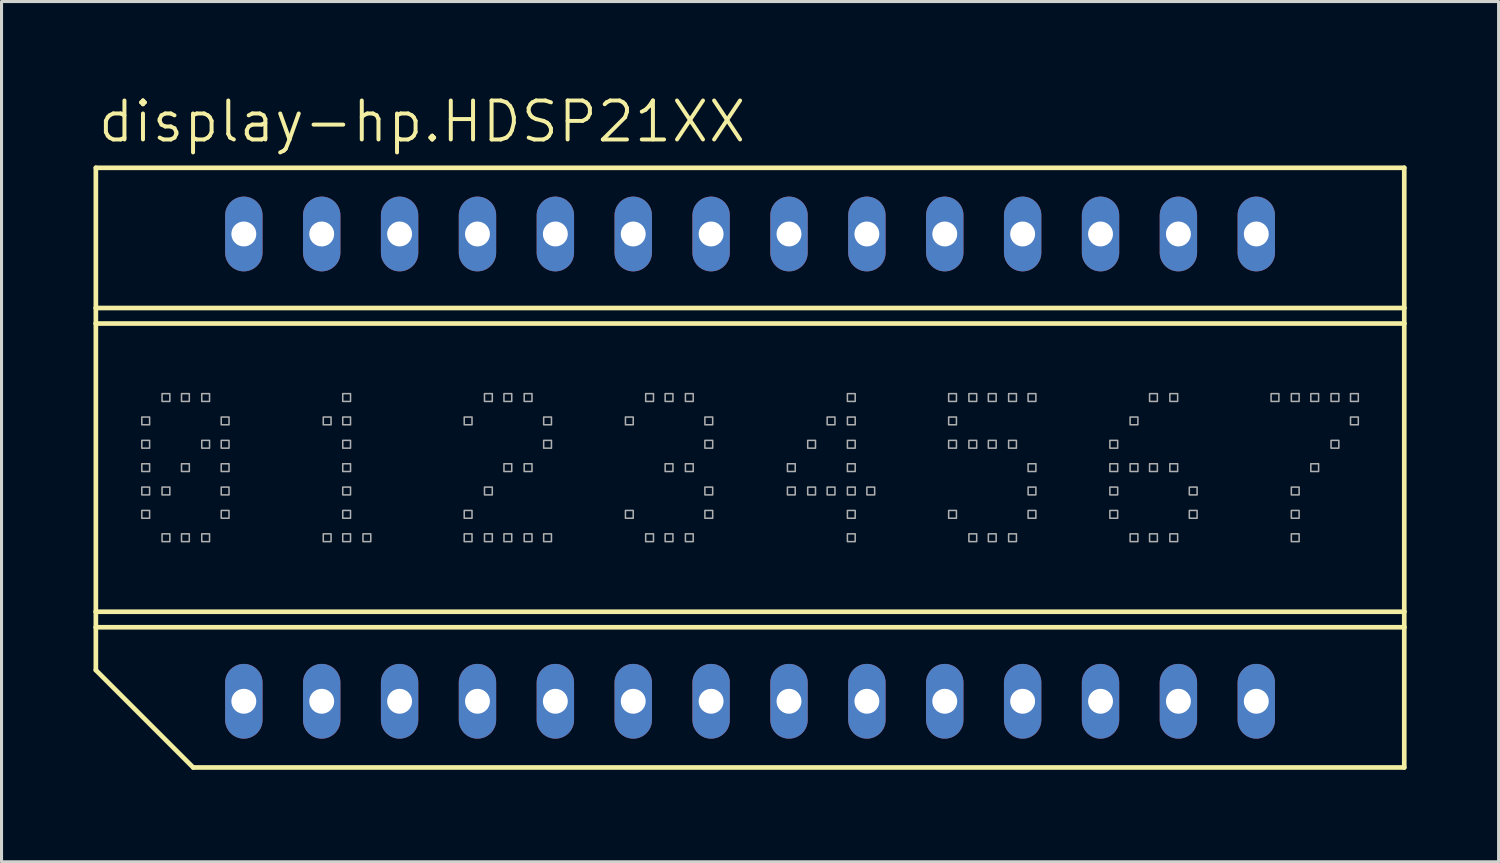
<source format=kicad_pcb>
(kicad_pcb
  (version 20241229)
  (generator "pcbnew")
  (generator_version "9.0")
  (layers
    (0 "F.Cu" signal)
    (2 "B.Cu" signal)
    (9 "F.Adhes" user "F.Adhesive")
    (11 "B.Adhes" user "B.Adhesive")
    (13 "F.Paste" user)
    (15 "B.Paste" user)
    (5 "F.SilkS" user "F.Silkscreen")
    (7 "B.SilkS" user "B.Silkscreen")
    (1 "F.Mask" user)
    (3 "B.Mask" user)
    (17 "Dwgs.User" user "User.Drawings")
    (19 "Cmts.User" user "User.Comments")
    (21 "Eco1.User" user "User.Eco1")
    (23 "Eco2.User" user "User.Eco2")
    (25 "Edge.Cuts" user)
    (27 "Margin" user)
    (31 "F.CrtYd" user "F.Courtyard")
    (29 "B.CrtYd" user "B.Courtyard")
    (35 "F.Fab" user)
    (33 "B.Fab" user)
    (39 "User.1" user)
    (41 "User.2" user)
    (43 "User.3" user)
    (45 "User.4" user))
  (footprint "display-hp.HDSP21XX"
    (layer "F.Cu")
    (at 21.412 12.201)
    (property "Reference" "display-hp.HDSP21XX" (at -21.336 -10.541 0) (layer "F.SilkS") (effects (font (size 1.27 1.27) (thickness 0.13)) (justify left bottom)))
    (attr through_hole)
    (fp_line (start -21.336 -5.207) (end -21.336 -9.779) (stroke (width 0.152) (type default)) (layer "F.SilkS"))
    (fp_line (start -21.336 -5.207) (end 21.336 -5.207) (stroke (width 0.152) (type default)) (layer "F.SilkS"))
    (fp_line (start -21.336 -4.699) (end -21.336 -5.207) (stroke (width 0.152) (type default)) (layer "F.SilkS"))
    (fp_line (start -21.336 -4.699) (end 21.336 -4.699) (stroke (width 0.152) (type default)) (layer "F.SilkS"))
    (fp_line (start -21.336 4.699) (end -21.336 -4.699) (stroke (width 0.152) (type default)) (layer "F.SilkS"))
    (fp_line (start -21.336 4.699) (end 21.336 4.699) (stroke (width 0.152) (type default)) (layer "F.SilkS"))
    (fp_line (start -21.336 5.207) (end -21.336 4.699) (stroke (width 0.152) (type default)) (layer "F.SilkS"))
    (fp_line (start -21.336 5.207) (end 21.336 5.207) (stroke (width 0.152) (type default)) (layer "F.SilkS"))
    (fp_line (start -21.336 6.604) (end -21.336 5.207) (stroke (width 0.152) (type default)) (layer "F.SilkS"))
    (fp_line (start -21.336 6.604) (end -18.161 9.779) (stroke (width 0.152) (type default)) (layer "F.SilkS"))
    (fp_line (start 21.336 -9.779) (end -21.336 -9.779) (stroke (width 0.152) (type default)) (layer "F.SilkS"))
    (fp_line (start 21.336 -5.207) (end 21.336 -9.779) (stroke (width 0.152) (type default)) (layer "F.SilkS"))
    (fp_line (start 21.336 -4.699) (end 21.336 -5.207) (stroke (width 0.152) (type default)) (layer "F.SilkS"))
    (fp_line (start 21.336 4.699) (end 21.336 -4.699) (stroke (width 0.152) (type default)) (layer "F.SilkS"))
    (fp_line (start 21.336 5.207) (end 21.336 4.699) (stroke (width 0.152) (type default)) (layer "F.SilkS"))
    (fp_line (start 21.336 9.779) (end -18.161 9.779) (stroke (width 0.152) (type default)) (layer "F.SilkS"))
    (fp_line (start 21.336 9.779) (end 21.336 5.207) (stroke (width 0.152) (type default)) (layer "F.SilkS"))
    (fp_rect (start -19.837 -1.397) (end -19.583 -1.651) (stroke (width 0.05) (type default)) (fill no) (layer "F.Fab"))
    (fp_rect (start -19.837 -0.635) (end -19.583 -0.889) (stroke (width 0.05) (type default)) (fill no) (layer "F.Fab"))
    (fp_rect (start -19.837 0.127) (end -19.583 -0.127) (stroke (width 0.05) (type default)) (fill no) (layer "F.Fab"))
    (fp_rect (start -19.837 0.889) (end -19.583 0.635) (stroke (width 0.05) (type default)) (fill no) (layer "F.Fab"))
    (fp_rect (start -19.837 1.651) (end -19.583 1.397) (stroke (width 0.05) (type default)) (fill no) (layer "F.Fab"))
    (fp_rect (start -19.177 -2.159) (end -18.923 -2.413) (stroke (width 0.05) (type default)) (fill no) (layer "F.Fab"))
    (fp_rect (start -19.177 0.889) (end -18.923 0.635) (stroke (width 0.05) (type default)) (fill no) (layer "F.Fab"))
    (fp_rect (start -19.177 2.413) (end -18.923 2.159) (stroke (width 0.05) (type default)) (fill no) (layer "F.Fab"))
    (fp_rect (start -18.542 -2.159) (end -18.288 -2.413) (stroke (width 0.05) (type default)) (fill no) (layer "F.Fab"))
    (fp_rect (start -18.542 0.127) (end -18.288 -0.127) (stroke (width 0.05) (type default)) (fill no) (layer "F.Fab"))
    (fp_rect (start -18.542 2.413) (end -18.288 2.159) (stroke (width 0.05) (type default)) (fill no) (layer "F.Fab"))
    (fp_rect (start -17.882 -2.159) (end -17.628 -2.413) (stroke (width 0.05) (type default)) (fill no) (layer "F.Fab"))
    (fp_rect (start -17.882 -0.635) (end -17.628 -0.889) (stroke (width 0.05) (type default)) (fill no) (layer "F.Fab"))
    (fp_rect (start -17.882 2.413) (end -17.628 2.159) (stroke (width 0.05) (type default)) (fill no) (layer "F.Fab"))
    (fp_rect (start -17.247 -1.397) (end -16.993 -1.651) (stroke (width 0.05) (type default)) (fill no) (layer "F.Fab"))
    (fp_rect (start -17.247 -0.635) (end -16.993 -0.889) (stroke (width 0.05) (type default)) (fill no) (layer "F.Fab"))
    (fp_rect (start -17.247 0.127) (end -16.993 -0.127) (stroke (width 0.05) (type default)) (fill no) (layer "F.Fab"))
    (fp_rect (start -17.247 0.889) (end -16.993 0.635) (stroke (width 0.05) (type default)) (fill no) (layer "F.Fab"))
    (fp_rect (start -17.247 1.651) (end -16.993 1.397) (stroke (width 0.05) (type default)) (fill no) (layer "F.Fab"))
    (fp_rect (start -13.919 -1.397) (end -13.665 -1.651) (stroke (width 0.05) (type default)) (fill no) (layer "F.Fab"))
    (fp_rect (start -13.919 2.413) (end -13.665 2.159) (stroke (width 0.05) (type default)) (fill no) (layer "F.Fab"))
    (fp_rect (start -13.284 -2.159) (end -13.03 -2.413) (stroke (width 0.05) (type default)) (fill no) (layer "F.Fab"))
    (fp_rect (start -13.284 -1.397) (end -13.03 -1.651) (stroke (width 0.05) (type default)) (fill no) (layer "F.Fab"))
    (fp_rect (start -13.284 -0.635) (end -13.03 -0.889) (stroke (width 0.05) (type default)) (fill no) (layer "F.Fab"))
    (fp_rect (start -13.284 0.127) (end -13.03 -0.127) (stroke (width 0.05) (type default)) (fill no) (layer "F.Fab"))
    (fp_rect (start -13.284 0.889) (end -13.03 0.635) (stroke (width 0.05) (type default)) (fill no) (layer "F.Fab"))
    (fp_rect (start -13.284 1.651) (end -13.03 1.397) (stroke (width 0.05) (type default)) (fill no) (layer "F.Fab"))
    (fp_rect (start -13.284 2.413) (end -13.03 2.159) (stroke (width 0.05) (type default)) (fill no) (layer "F.Fab"))
    (fp_rect (start -12.624 2.413) (end -12.37 2.159) (stroke (width 0.05) (type default)) (fill no) (layer "F.Fab"))
    (fp_rect (start -9.322 -1.397) (end -9.068 -1.651) (stroke (width 0.05) (type default)) (fill no) (layer "F.Fab"))
    (fp_rect (start -9.322 1.651) (end -9.068 1.397) (stroke (width 0.05) (type default)) (fill no) (layer "F.Fab"))
    (fp_rect (start -9.322 2.413) (end -9.068 2.159) (stroke (width 0.05) (type default)) (fill no) (layer "F.Fab"))
    (fp_rect (start -8.661 -2.159) (end -8.407 -2.413) (stroke (width 0.05) (type default)) (fill no) (layer "F.Fab"))
    (fp_rect (start -8.661 0.889) (end -8.407 0.635) (stroke (width 0.05) (type default)) (fill no) (layer "F.Fab"))
    (fp_rect (start -8.661 2.413) (end -8.407 2.159) (stroke (width 0.05) (type default)) (fill no) (layer "F.Fab"))
    (fp_rect (start -8.026 -2.159) (end -7.772 -2.413) (stroke (width 0.05) (type default)) (fill no) (layer "F.Fab"))
    (fp_rect (start -8.026 0.127) (end -7.772 -0.127) (stroke (width 0.05) (type default)) (fill no) (layer "F.Fab"))
    (fp_rect (start -8.026 2.413) (end -7.772 2.159) (stroke (width 0.05) (type default)) (fill no) (layer "F.Fab"))
    (fp_rect (start -7.366 -2.159) (end -7.112 -2.413) (stroke (width 0.05) (type default)) (fill no) (layer "F.Fab"))
    (fp_rect (start -7.366 0.127) (end -7.112 -0.127) (stroke (width 0.05) (type default)) (fill no) (layer "F.Fab"))
    (fp_rect (start -7.366 2.413) (end -7.112 2.159) (stroke (width 0.05) (type default)) (fill no) (layer "F.Fab"))
    (fp_rect (start -6.731 -1.397) (end -6.477 -1.651) (stroke (width 0.05) (type default)) (fill no) (layer "F.Fab"))
    (fp_rect (start -6.731 -0.635) (end -6.477 -0.889) (stroke (width 0.05) (type default)) (fill no) (layer "F.Fab"))
    (fp_rect (start -6.731 2.413) (end -6.477 2.159) (stroke (width 0.05) (type default)) (fill no) (layer "F.Fab"))
    (fp_rect (start -4.064 -1.397) (end -3.81 -1.651) (stroke (width 0.05) (type default)) (fill no) (layer "F.Fab"))
    (fp_rect (start -4.064 1.651) (end -3.81 1.397) (stroke (width 0.05) (type default)) (fill no) (layer "F.Fab"))
    (fp_rect (start -3.404 -2.159) (end -3.15 -2.413) (stroke (width 0.05) (type default)) (fill no) (layer "F.Fab"))
    (fp_rect (start -3.404 2.413) (end -3.15 2.159) (stroke (width 0.05) (type default)) (fill no) (layer "F.Fab"))
    (fp_rect (start -2.769 -2.159) (end -2.515 -2.413) (stroke (width 0.05) (type default)) (fill no) (layer "F.Fab"))
    (fp_rect (start -2.769 0.127) (end -2.515 -0.127) (stroke (width 0.05) (type default)) (fill no) (layer "F.Fab"))
    (fp_rect (start -2.769 2.413) (end -2.515 2.159) (stroke (width 0.05) (type default)) (fill no) (layer "F.Fab"))
    (fp_rect (start -2.108 -2.159) (end -1.854 -2.413) (stroke (width 0.05) (type default)) (fill no) (layer "F.Fab"))
    (fp_rect (start -2.108 0.127) (end -1.854 -0.127) (stroke (width 0.05) (type default)) (fill no) (layer "F.Fab"))
    (fp_rect (start -2.108 2.413) (end -1.854 2.159) (stroke (width 0.05) (type default)) (fill no) (layer "F.Fab"))
    (fp_rect (start -1.473 -1.397) (end -1.219 -1.651) (stroke (width 0.05) (type default)) (fill no) (layer "F.Fab"))
    (fp_rect (start -1.473 -0.635) (end -1.219 -0.889) (stroke (width 0.05) (type default)) (fill no) (layer "F.Fab"))
    (fp_rect (start -1.473 0.889) (end -1.219 0.635) (stroke (width 0.05) (type default)) (fill no) (layer "F.Fab"))
    (fp_rect (start -1.473 1.651) (end -1.219 1.397) (stroke (width 0.05) (type default)) (fill no) (layer "F.Fab"))
    (fp_rect (start 1.219 0.127) (end 1.473 -0.127) (stroke (width 0.05) (type default)) (fill no) (layer "F.Fab"))
    (fp_rect (start 1.219 0.889) (end 1.473 0.635) (stroke (width 0.05) (type default)) (fill no) (layer "F.Fab"))
    (fp_rect (start 1.88 -0.635) (end 2.134 -0.889) (stroke (width 0.05) (type default)) (fill no) (layer "F.Fab"))
    (fp_rect (start 1.88 0.889) (end 2.134 0.635) (stroke (width 0.05) (type default)) (fill no) (layer "F.Fab"))
    (fp_rect (start 2.515 -1.397) (end 2.769 -1.651) (stroke (width 0.05) (type default)) (fill no) (layer "F.Fab"))
    (fp_rect (start 2.515 0.889) (end 2.769 0.635) (stroke (width 0.05) (type default)) (fill no) (layer "F.Fab"))
    (fp_rect (start 3.175 -2.159) (end 3.429 -2.413) (stroke (width 0.05) (type default)) (fill no) (layer "F.Fab"))
    (fp_rect (start 3.175 -1.397) (end 3.429 -1.651) (stroke (width 0.05) (type default)) (fill no) (layer "F.Fab"))
    (fp_rect (start 3.175 -0.635) (end 3.429 -0.889) (stroke (width 0.05) (type default)) (fill no) (layer "F.Fab"))
    (fp_rect (start 3.175 0.127) (end 3.429 -0.127) (stroke (width 0.05) (type default)) (fill no) (layer "F.Fab"))
    (fp_rect (start 3.175 0.889) (end 3.429 0.635) (stroke (width 0.05) (type default)) (fill no) (layer "F.Fab"))
    (fp_rect (start 3.175 1.651) (end 3.429 1.397) (stroke (width 0.05) (type default)) (fill no) (layer "F.Fab"))
    (fp_rect (start 3.175 2.413) (end 3.429 2.159) (stroke (width 0.05) (type default)) (fill no) (layer "F.Fab"))
    (fp_rect (start 3.81 0.889) (end 4.064 0.635) (stroke (width 0.05) (type default)) (fill no) (layer "F.Fab"))
    (fp_rect (start 6.477 -2.159) (end 6.731 -2.413) (stroke (width 0.05) (type default)) (fill no) (layer "F.Fab"))
    (fp_rect (start 6.477 -1.397) (end 6.731 -1.651) (stroke (width 0.05) (type default)) (fill no) (layer "F.Fab"))
    (fp_rect (start 6.477 -0.635) (end 6.731 -0.889) (stroke (width 0.05) (type default)) (fill no) (layer "F.Fab"))
    (fp_rect (start 6.477 1.651) (end 6.731 1.397) (stroke (width 0.05) (type default)) (fill no) (layer "F.Fab"))
    (fp_rect (start 7.137 -2.159) (end 7.391 -2.413) (stroke (width 0.05) (type default)) (fill no) (layer "F.Fab"))
    (fp_rect (start 7.137 -0.635) (end 7.391 -0.889) (stroke (width 0.05) (type default)) (fill no) (layer "F.Fab"))
    (fp_rect (start 7.137 2.413) (end 7.391 2.159) (stroke (width 0.05) (type default)) (fill no) (layer "F.Fab"))
    (fp_rect (start 7.772 -2.159) (end 8.026 -2.413) (stroke (width 0.05) (type default)) (fill no) (layer "F.Fab"))
    (fp_rect (start 7.772 -0.635) (end 8.026 -0.889) (stroke (width 0.05) (type default)) (fill no) (layer "F.Fab"))
    (fp_rect (start 7.772 2.413) (end 8.026 2.159) (stroke (width 0.05) (type default)) (fill no) (layer "F.Fab"))
    (fp_rect (start 8.433 -2.159) (end 8.687 -2.413) (stroke (width 0.05) (type default)) (fill no) (layer "F.Fab"))
    (fp_rect (start 8.433 -0.635) (end 8.687 -0.889) (stroke (width 0.05) (type default)) (fill no) (layer "F.Fab"))
    (fp_rect (start 8.433 2.413) (end 8.687 2.159) (stroke (width 0.05) (type default)) (fill no) (layer "F.Fab"))
    (fp_rect (start 9.068 -2.159) (end 9.322 -2.413) (stroke (width 0.05) (type default)) (fill no) (layer "F.Fab"))
    (fp_rect (start 9.068 0.127) (end 9.322 -0.127) (stroke (width 0.05) (type default)) (fill no) (layer "F.Fab"))
    (fp_rect (start 9.068 0.889) (end 9.322 0.635) (stroke (width 0.05) (type default)) (fill no) (layer "F.Fab"))
    (fp_rect (start 9.068 1.651) (end 9.322 1.397) (stroke (width 0.05) (type default)) (fill no) (layer "F.Fab"))
    (fp_rect (start 11.735 -0.635) (end 11.989 -0.889) (stroke (width 0.05) (type default)) (fill no) (layer "F.Fab"))
    (fp_rect (start 11.735 0.127) (end 11.989 -0.127) (stroke (width 0.05) (type default)) (fill no) (layer "F.Fab"))
    (fp_rect (start 11.735 0.889) (end 11.989 0.635) (stroke (width 0.05) (type default)) (fill no) (layer "F.Fab"))
    (fp_rect (start 11.735 1.651) (end 11.989 1.397) (stroke (width 0.05) (type default)) (fill no) (layer "F.Fab"))
    (fp_rect (start 12.395 -1.397) (end 12.649 -1.651) (stroke (width 0.05) (type default)) (fill no) (layer "F.Fab"))
    (fp_rect (start 12.395 0.127) (end 12.649 -0.127) (stroke (width 0.05) (type default)) (fill no) (layer "F.Fab"))
    (fp_rect (start 12.395 2.413) (end 12.649 2.159) (stroke (width 0.05) (type default)) (fill no) (layer "F.Fab"))
    (fp_rect (start 13.03 -2.159) (end 13.284 -2.413) (stroke (width 0.05) (type default)) (fill no) (layer "F.Fab"))
    (fp_rect (start 13.03 0.127) (end 13.284 -0.127) (stroke (width 0.05) (type default)) (fill no) (layer "F.Fab"))
    (fp_rect (start 13.03 2.413) (end 13.284 2.159) (stroke (width 0.05) (type default)) (fill no) (layer "F.Fab"))
    (fp_rect (start 13.691 -2.159) (end 13.945 -2.413) (stroke (width 0.05) (type default)) (fill no) (layer "F.Fab"))
    (fp_rect (start 13.691 0.127) (end 13.945 -0.127) (stroke (width 0.05) (type default)) (fill no) (layer "F.Fab"))
    (fp_rect (start 13.691 2.413) (end 13.945 2.159) (stroke (width 0.05) (type default)) (fill no) (layer "F.Fab"))
    (fp_rect (start 14.326 0.889) (end 14.58 0.635) (stroke (width 0.05) (type default)) (fill no) (layer "F.Fab"))
    (fp_rect (start 14.326 1.651) (end 14.58 1.397) (stroke (width 0.05) (type default)) (fill no) (layer "F.Fab"))
    (fp_rect (start 16.993 -2.159) (end 17.247 -2.413) (stroke (width 0.05) (type default)) (fill no) (layer "F.Fab"))
    (fp_rect (start 17.653 -2.159) (end 17.907 -2.413) (stroke (width 0.05) (type default)) (fill no) (layer "F.Fab"))
    (fp_rect (start 17.653 0.889) (end 17.907 0.635) (stroke (width 0.05) (type default)) (fill no) (layer "F.Fab"))
    (fp_rect (start 17.653 1.651) (end 17.907 1.397) (stroke (width 0.05) (type default)) (fill no) (layer "F.Fab"))
    (fp_rect (start 17.653 2.413) (end 17.907 2.159) (stroke (width 0.05) (type default)) (fill no) (layer "F.Fab"))
    (fp_rect (start 18.288 -2.159) (end 18.542 -2.413) (stroke (width 0.05) (type default)) (fill no) (layer "F.Fab"))
    (fp_rect (start 18.288 0.127) (end 18.542 -0.127) (stroke (width 0.05) (type default)) (fill no) (layer "F.Fab"))
    (fp_rect (start 18.948 -2.159) (end 19.202 -2.413) (stroke (width 0.05) (type default)) (fill no) (layer "F.Fab"))
    (fp_rect (start 18.948 -0.635) (end 19.202 -0.889) (stroke (width 0.05) (type default)) (fill no) (layer "F.Fab"))
    (fp_rect (start 19.583 -2.159) (end 19.837 -2.413) (stroke (width 0.05) (type default)) (fill no) (layer "F.Fab"))
    (fp_rect (start 19.583 -1.397) (end 19.837 -1.651) (stroke (width 0.05) (type default)) (fill no) (layer "F.Fab"))
    (pad "1" thru_hole oval (at -16.51 7.62 90) (size 2.438 1.219) (drill 0.813) (layers "*.Cu" "*.Mask"))
    (pad "2" thru_hole oval (at -13.97 7.62 90) (size 2.438 1.219) (drill 0.813) (layers "*.Cu" "*.Mask"))
    (pad "3" thru_hole oval (at -11.43 7.62 90) (size 2.438 1.219) (drill 0.813) (layers "*.Cu" "*.Mask"))
    (pad "4" thru_hole oval (at -8.89 7.62 90) (size 2.438 1.219) (drill 0.813) (layers "*.Cu" "*.Mask"))
    (pad "5" thru_hole oval (at -6.35 7.62 90) (size 2.438 1.219) (drill 0.813) (layers "*.Cu" "*.Mask"))
    (pad "6" thru_hole oval (at -3.81 7.62 90) (size 2.438 1.219) (drill 0.813) (layers "*.Cu" "*.Mask"))
    (pad "7" thru_hole oval (at -1.27 7.62 90) (size 2.438 1.219) (drill 0.813) (layers "*.Cu" "*.Mask"))
    (pad "8" thru_hole oval (at 1.27 7.62 90) (size 2.438 1.219) (drill 0.813) (layers "*.Cu" "*.Mask"))
    (pad "9" thru_hole oval (at 3.81 7.62 90) (size 2.438 1.219) (drill 0.813) (layers "*.Cu" "*.Mask"))
    (pad "10" thru_hole oval (at 6.35 7.62 90) (size 2.438 1.219) (drill 0.813) (layers "*.Cu" "*.Mask"))
    (pad "11" thru_hole oval (at 8.89 7.62 90) (size 2.438 1.219) (drill 0.813) (layers "*.Cu" "*.Mask"))
    (pad "12" thru_hole oval (at 11.43 7.62 90) (size 2.438 1.219) (drill 0.813) (layers "*.Cu" "*.Mask"))
    (pad "13" thru_hole oval (at 13.97 7.62 90) (size 2.438 1.219) (drill 0.813) (layers "*.Cu" "*.Mask"))
    (pad "14" thru_hole oval (at 16.51 7.62 90) (size 2.438 1.219) (drill 0.813) (layers "*.Cu" "*.Mask"))
    (pad "15" thru_hole oval (at 16.51 -7.62 90) (size 2.438 1.219) (drill 0.813) (layers "*.Cu" "*.Mask"))
    (pad "16" thru_hole oval (at 13.97 -7.62 90) (size 2.438 1.219) (drill 0.813) (layers "*.Cu" "*.Mask"))
    (pad "17" thru_hole oval (at 11.43 -7.62 90) (size 2.438 1.219) (drill 0.813) (layers "*.Cu" "*.Mask"))
    (pad "18" thru_hole oval (at 8.89 -7.62 90) (size 2.438 1.219) (drill 0.813) (layers "*.Cu" "*.Mask"))
    (pad "19" thru_hole oval (at 6.35 -7.62 90) (size 2.438 1.219) (drill 0.813) (layers "*.Cu" "*.Mask"))
    (pad "20" thru_hole oval (at 3.81 -7.62 90) (size 2.438 1.219) (drill 0.813) (layers "*.Cu" "*.Mask"))
    (pad "21" thru_hole oval (at 1.27 -7.62 90) (size 2.438 1.219) (drill 0.813) (layers "*.Cu" "*.Mask"))
    (pad "22" thru_hole oval (at -1.27 -7.62 90) (size 2.438 1.219) (drill 0.813) (layers "*.Cu" "*.Mask"))
    (pad "23" thru_hole oval (at -3.81 -7.62 90) (size 2.438 1.219) (drill 0.813) (layers "*.Cu" "*.Mask"))
    (pad "24" thru_hole oval (at -6.35 -7.62 90) (size 2.438 1.219) (drill 0.813) (layers "*.Cu" "*.Mask"))
    (pad "25" thru_hole oval (at -8.89 -7.62 90) (size 2.438 1.219) (drill 0.813) (layers "*.Cu" "*.Mask"))
    (pad "26" thru_hole oval (at -11.43 -7.62 90) (size 2.438 1.219) (drill 0.813) (layers "*.Cu" "*.Mask"))
    (pad "27" thru_hole oval (at -13.97 -7.62 90) (size 2.438 1.219) (drill 0.813) (layers "*.Cu" "*.Mask"))
    (pad "28" thru_hole oval (at -16.51 -7.62 90) (size 2.438 1.219) (drill 0.813) (layers "*.Cu" "*.Mask")))
  (gr_rect
    (start -3 -3)
    (end 45.824 25.056)
    (stroke (width 0.1) (type default))
    (fill no)
    (layer "Edge.Cuts")))
</source>
